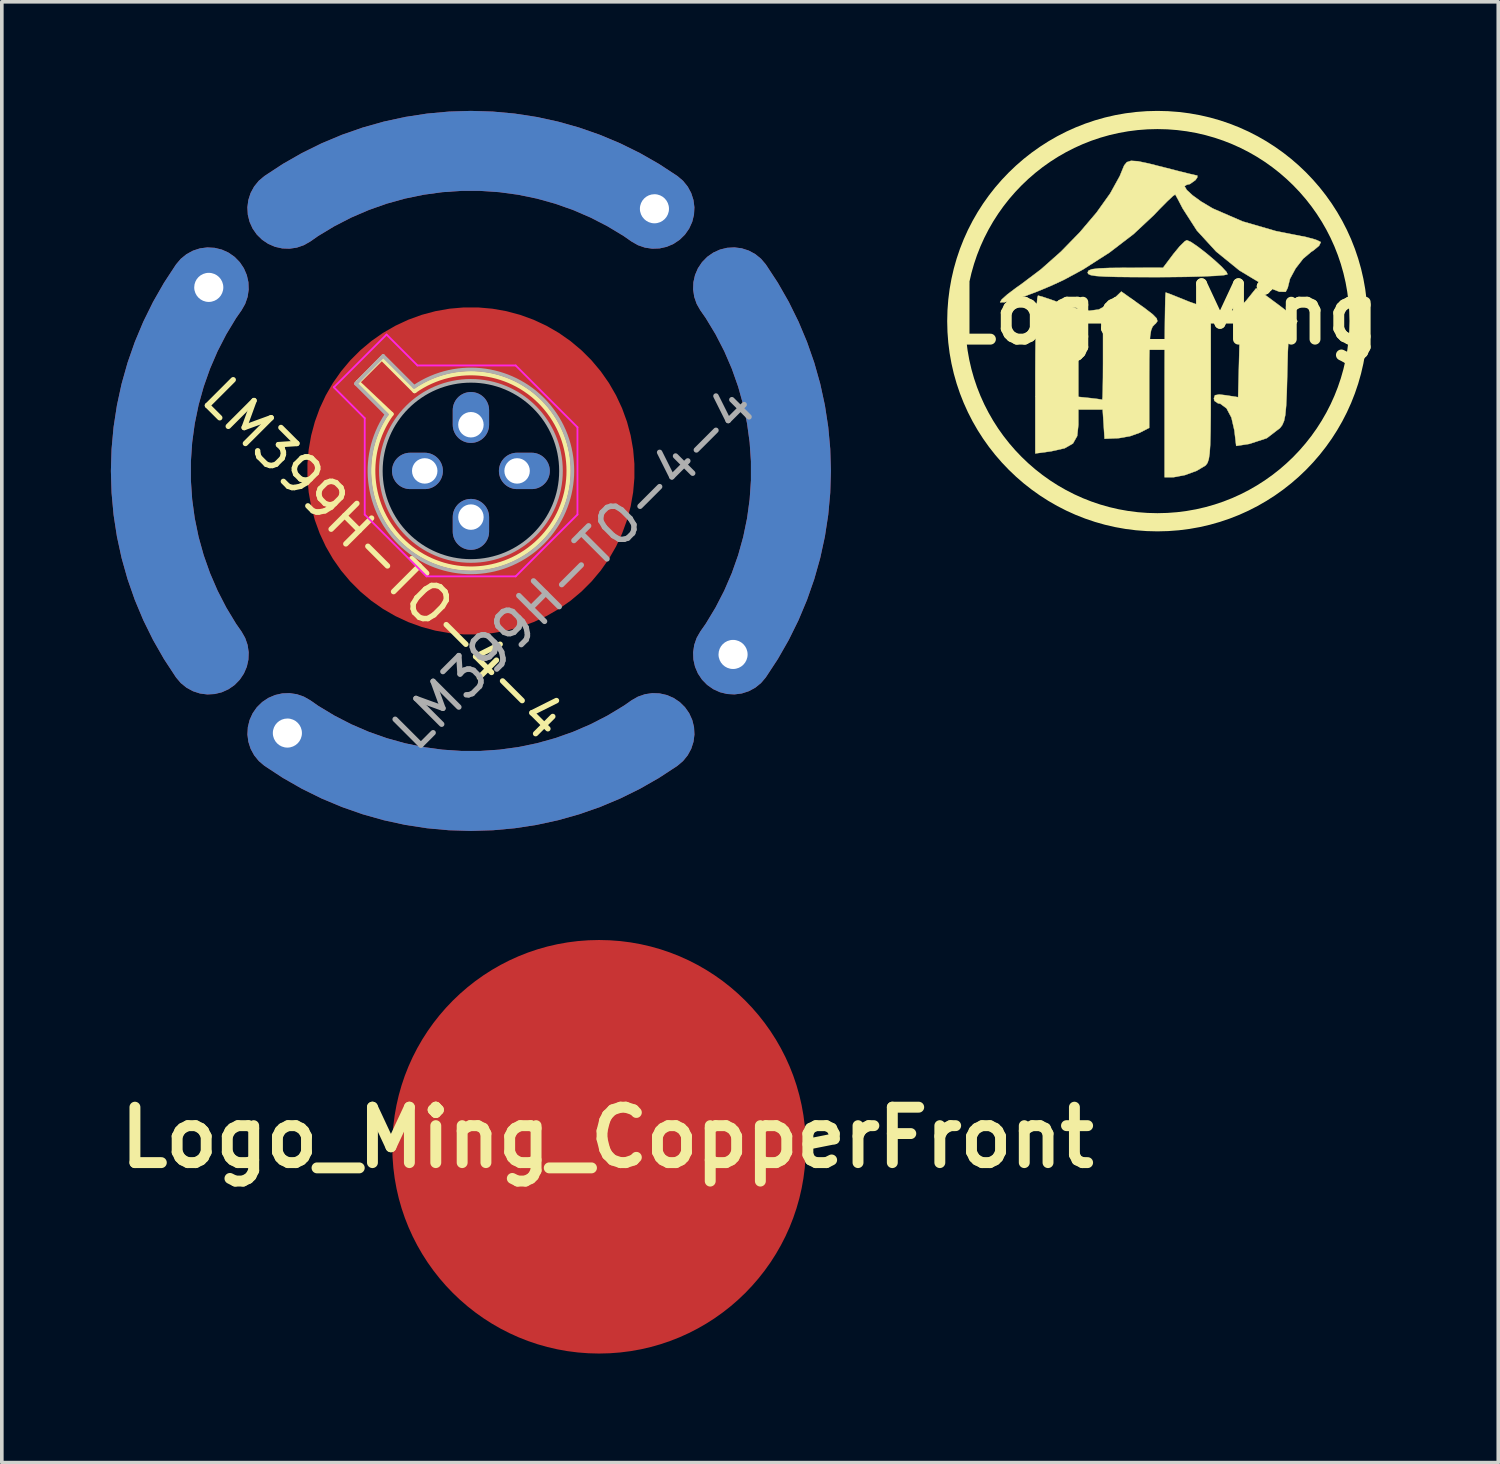
<source format=kicad_pcb>
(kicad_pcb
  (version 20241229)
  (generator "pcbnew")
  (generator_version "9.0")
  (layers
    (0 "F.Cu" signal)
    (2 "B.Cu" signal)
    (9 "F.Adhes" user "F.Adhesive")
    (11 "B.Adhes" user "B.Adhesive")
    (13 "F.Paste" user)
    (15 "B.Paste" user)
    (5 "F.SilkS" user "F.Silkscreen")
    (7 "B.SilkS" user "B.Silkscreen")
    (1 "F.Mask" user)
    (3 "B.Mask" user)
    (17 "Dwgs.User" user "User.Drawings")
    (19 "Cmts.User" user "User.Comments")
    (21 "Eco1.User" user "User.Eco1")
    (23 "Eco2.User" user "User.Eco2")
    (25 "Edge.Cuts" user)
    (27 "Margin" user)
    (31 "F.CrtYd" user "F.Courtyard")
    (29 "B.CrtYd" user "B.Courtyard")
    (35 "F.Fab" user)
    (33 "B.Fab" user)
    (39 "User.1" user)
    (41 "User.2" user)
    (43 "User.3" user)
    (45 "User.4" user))
  (footprint "LM399H-TO-4-4"
    (layer "F.Cu")
    (at 8.63 9.9)
    (property "Reference" "LM399H-TO-4-4" (at -1.124 2.408 315) (layer "F.SilkS") (effects (font (size 1 1) (thickness 0.15))))
    (attr through_hole)
    (fp_circle (center -5.939 -5.047) (end -5.389 -5.047) (stroke (width 1.1) (type solid)) (fill no) (layer "F.Mask"))
    (fp_circle (center -3.777 7.209) (end -3.227 7.209) (stroke (width 1.1) (type solid)) (fill no) (layer "F.Mask"))
    (fp_circle (center 6.317 -7.209) (end 6.867 -7.209) (stroke (width 1.1) (type solid)) (fill no) (layer "F.Mask"))
    (fp_circle (center 8.479 5.047) (end 9.029 5.047) (stroke (width 1.1) (type solid)) (fill no) (layer "F.Mask"))
    (fp_circle (center -5.939 -5.047) (end -5.389 -5.047) (stroke (width 1.1) (type solid)) (fill no) (layer "B.Mask"))
    (fp_circle (center -3.777 7.209) (end -3.227 7.209) (stroke (width 1.1) (type solid)) (fill no) (layer "B.Mask"))
    (fp_circle (center 6.317 -7.209) (end 6.867 -7.209) (stroke (width 1.1) (type solid)) (fill no) (layer "B.Mask"))
    (fp_circle (center 8.479 5.047) (end 9.029 5.047) (stroke (width 1.1) (type solid)) (fill no) (layer "B.Mask"))
    (fp_line (start -1.181 -3.099) (end -1.841 -2.438) (stroke (width 0.12) (type solid)) (layer "F.SilkS"))
    (fp_line (start -1.181 -3.099) (end -0.279 -2.197) (stroke (width 0.12) (type solid)) (layer "F.SilkS"))
    (fp_line (start -0.914 -1.562) (end -1.841 -2.438) (stroke (width 0.12) (type solid)) (layer "F.SilkS"))
    (fp_arc (start -0.2794 -2.1971) (mid 3.164763 1.907292) (end -0.916841 -1.563846) (stroke (width 0.12) (type solid)) (layer "F.SilkS"))
    (fp_line (start -2.5 -2.3) (end -1.05 -3.75) (stroke (width 0.05) (type solid)) (layer "F.CrtYd"))
    (fp_line (start -1.65 -1.45) (end -2.5 -2.3) (stroke (width 0.05) (type solid)) (layer "F.CrtYd"))
    (fp_line (start -1.65 -1.45) (end -1.65 1.2) (stroke (width 0.05) (type solid)) (layer "F.CrtYd"))
    (fp_line (start -0.2 -2.9) (end -1.05 -3.75) (stroke (width 0.05) (type solid)) (layer "F.CrtYd"))
    (fp_line (start 0.05 2.9) (end -1.65 1.2) (stroke (width 0.05) (type solid)) (layer "F.CrtYd"))
    (fp_line (start 0.05 2.9) (end 2.5 2.9) (stroke (width 0.05) (type solid)) (layer "F.CrtYd"))
    (fp_line (start 2.5 -2.9) (end -0.2 -2.9) (stroke (width 0.05) (type solid)) (layer "F.CrtYd"))
    (fp_line (start 2.5 2.9) (end 4.2 1.2) (stroke (width 0.05) (type solid)) (layer "F.CrtYd"))
    (fp_line (start 4.2 -1.2) (end 2.5 -2.9) (stroke (width 0.05) (type solid)) (layer "F.CrtYd"))
    (fp_line (start 4.2 1.2) (end 4.2 -1.2) (stroke (width 0.05) (type solid)) (layer "F.CrtYd"))
    (fp_line (start -1.892 -2.4) (end -1.041 -1.55) (stroke (width 0.1) (type solid)) (layer "F.Fab"))
    (fp_line (start -1.143 -3.162) (end -1.892 -2.4) (stroke (width 0.1) (type solid)) (layer "F.Fab"))
    (fp_line (start -0.292 -2.311) (end -1.143 -3.162) (stroke (width 0.1) (type solid)) (layer "F.Fab"))
    (fp_arc (start -0.2921 -2.3114) (mid 3.247619 1.967676) (end -1.049244 -1.55043) (stroke (width 0.1) (type solid)) (layer "F.Fab"))
    (fp_circle (center 1.27 0) (end 3.747 0) (stroke (width 0.1) (type solid)) (fill no) (layer "F.Fab"))
    (fp_text user "${REFERENCE}" (at 4.101 2.687 225) (layer "F.Fab") (effects (font (size 1 1) (thickness 0.15))))
    (pad "1" thru_hole custom (at -5.939 -5.047 10) (size 1.524 1.524) (drill 0.8) (layers "*.Cu") (options (anchor circle)) (primitives (gr_arc (start -1.752969 9.941581) (mid -2.443769 4.694436) (end 0 0) (width 2.2))))
    (pad "1" thru_hole oval (at 0 0) (size 1.4 1) (drill 0.7 (offset -0.2 0)) (layers "*.Cu" "B.Mask"))
    (pad "2" thru_hole custom (at -3.777 7.209 100) (size 1.524 1.524) (drill 0.8) (layers "*.Cu") (options (anchor circle)) (primitives (gr_arc (start -1.752969 9.941581) (mid -2.443769 4.694436) (end 0 0) (width 2.2))))
    (pad "2" thru_hole oval (at 1.27 1.27) (size 1 1.4) (drill 0.7 (offset 0 0.2)) (layers "*.Cu" "B.Mask"))
    (pad "3" thru_hole oval (at 2.54 0) (size 1.4 1) (drill 0.7 (offset 0.2 0)) (layers "*.Cu" "B.Mask"))
    (pad "3" thru_hole custom (at 8.479 5.047 190) (size 1.524 1.524) (drill 0.8) (layers "*.Cu") (options (anchor circle)) (primitives (gr_arc (start -1.752969 9.941581) (mid -2.443769 4.694436) (end 0 0) (width 2.2))))
    (pad "4" thru_hole oval (at 1.27 -1.27) (size 1 1.4) (drill 0.7 (offset 0 -0.2)) (layers "*.Cu" "B.Mask"))
    (pad "4" thru_hole custom (at 6.317 -7.209 280) (size 1.524 1.524) (drill 0.8) (layers "*.Cu") (options (anchor circle)) (primitives (gr_arc (start -1.752969 9.941581) (mid -2.443769 4.694436) (end 0 0) (width 2.2))))
    (pad "5" smd custom (at 4.85 0) (size 1.524 1.524) (layers "F.Cu" "F.Mask" "F.Paste") (options (anchor circle)) (primitives (gr_circle (center -3.58 0) (end -0.08 0) (width 2) (fill no)))))
  (footprint "Logo_Ming_CopperFront"
    (layer "F.Cu")
    (at 13.651 28.232)
    (property "Reference" "Logo_Ming_CopperFront" (at 0 0 0) (layer "F.SilkS") (effects (font (size 1.524 1.524) (thickness 0.3))))
    (fp_circle (center -0.227 0.254) (end 5.334 0.254) (stroke (width 0.25) (type solid)) (fill yes) (layer "F.Cu"))
    (fp_circle (center -0.227 0.254) (end 5.334 0.254) (stroke (width 0.25) (type solid)) (fill no) (layer "F.Mask"))
    (fp_poly (pts (xy 0.726 -1.982) (xy 0.915 -1.853) (xy 1.144 -1.676) (xy 1.376 -1.48) (xy 1.575 -1.297) (xy 1.704 -1.156) (xy 1.731 -1.093) (xy 1.636 -1.071) (xy 1.396 -1.051) (xy 1.035 -1.035) (xy 0.578 -1.023) (xy 0.049 -1.017) (xy -0.217 -1.016) (xy -0.839 -1.017) (xy -1.312 -1.022) (xy -1.655 -1.032) (xy -1.888 -1.048) (xy -2.029 -1.071) (xy -2.099 -1.103) (xy -2.117 -1.143) (xy -2.091 -1.197) (xy -1.998 -1.234) (xy -1.811 -1.257) (xy -1.505 -1.269) (xy -1.079 -1.273) (xy -0.042 -1.275) (xy 0.243 -1.654) (xy 0.413 -1.861) (xy 0.553 -1.999) (xy 0.612 -2.032) (xy 0.726 -1.982)) (stroke (width 0.01) (type solid)) (fill yes) (layer "F.Mask"))
    (fp_poly (pts (xy -0.871 -0.394) (xy -0.538 -0.156) (xy -0.326 0.008) (xy -0.219 0.117) (xy -0.197 0.194) (xy -0.242 0.258) (xy -0.275 0.286) (xy -0.331 0.346) (xy -0.371 0.446) (xy -0.398 0.611) (xy -0.414 0.867) (xy -0.421 1.24) (xy -0.423 1.755) (xy -0.423 3.128) (xy -0.684 3.263) (xy -0.947 3.357) (xy -1.251 3.411) (xy -1.298 3.414) (xy -1.651 3.429) (xy -1.703 2.625) (xy -2.371 2.625) (xy -2.371 3.046) (xy -2.403 3.352) (xy -2.52 3.559) (xy -2.748 3.69) (xy -3.113 3.772) (xy -3.159 3.779) (xy -3.556 3.833) (xy -3.556 1.663) (xy -3.553 1.076) (xy -3.545 0.549) (xy -3.537 0.254) (xy -2.371 0.254) (xy -2.371 2.276) (xy -2.053 2.309) (xy -1.843 2.334) (xy -1.723 2.353) (xy -1.714 2.356) (xy -1.706 2.283) (xy -1.7 2.071) (xy -1.695 1.753) (xy -1.693 1.36) (xy -1.693 1.312) (xy -1.693 0.254) (xy -2.371 0.254) (xy -3.537 0.254) (xy -3.533 0.105) (xy -3.518 -0.234) (xy -3.499 -0.445) (xy -3.481 -0.508) (xy -3.37 -0.48) (xy -3.148 -0.406) (xy -2.861 -0.303) (xy -2.844 -0.296) (xy -2.404 -0.15) (xy -2.071 -0.092) (xy -1.809 -0.126) (xy -1.582 -0.251) (xy -1.468 -0.352) (xy -1.191 -0.62) (xy -0.871 -0.394)) (stroke (width 0.01) (type solid)) (fill yes) (layer "F.Mask"))
    (fp_poly (pts (xy 3.133 -0.254) (xy 3.421 -0.036) (xy 3.588 0.106) (xy 3.652 0.194) (xy 3.63 0.249) (xy 3.575 0.28) (xy 3.509 0.321) (xy 3.46 0.39) (xy 3.427 0.515) (xy 3.405 0.722) (xy 3.389 1.038) (xy 3.377 1.489) (xy 3.373 1.652) (xy 3.36 2.156) (xy 3.343 2.519) (xy 3.32 2.77) (xy 3.285 2.938) (xy 3.236 3.052) (xy 3.175 3.133) (xy 2.81 3.413) (xy 2.331 3.57) (xy 2.276 3.579) (xy 1.969 3.626) (xy 1.919 3.199) (xy 1.838 2.847) (xy 1.703 2.592) (xy 1.53 2.464) (xy 1.469 2.455) (xy 1.37 2.387) (xy 1.355 2.318) (xy 1.385 2.232) (xy 1.502 2.211) (xy 1.688 2.233) (xy 2.022 2.286) (xy 2.048 1.27) (xy 2.074 0.254) (xy 1.672 0.254) (xy 1.27 0.254) (xy 1.27 2.146) (xy 1.269 2.766) (xy 1.264 3.238) (xy 1.255 3.585) (xy 1.239 3.828) (xy 1.215 3.989) (xy 1.181 4.09) (xy 1.136 4.153) (xy 1.122 4.166) (xy 0.883 4.309) (xy 0.564 4.426) (xy 0.255 4.485) (xy 0.199 4.487) (xy 0 4.487) (xy 0 1.947) (xy 0.001 1.311) (xy 0.004 0.733) (xy 0.008 0.234) (xy 0.014 -0.165) (xy 0.02 -0.444) (xy 0.028 -0.582) (xy 0.031 -0.593) (xy 0.118 -0.563) (xy 0.321 -0.483) (xy 0.602 -0.37) (xy 0.677 -0.339) (xy 1.058 -0.203) (xy 1.415 -0.113) (xy 1.654 -0.085) (xy 1.898 -0.104) (xy 2.07 -0.187) (xy 2.246 -0.372) (xy 2.266 -0.397) (xy 2.517 -0.71) (xy 3.133 -0.254)) (stroke (width 0.01) (type solid)) (fill yes) (layer "F.Mask"))
    (fp_poly (pts (xy -0.733 -4.203) (xy -0.441 -4.142) (xy -0.019 -4.035) (xy 0.034 -4.022) (xy 0.384 -3.932) (xy 0.67 -3.861) (xy 0.854 -3.818) (xy 0.9 -3.81) (xy 0.899 -3.757) (xy 0.847 -3.683) (xy 0.695 -3.575) (xy 0.61 -3.556) (xy 0.549 -3.517) (xy 0.61 -3.412) (xy 0.771 -3.264) (xy 1.007 -3.093) (xy 1.296 -2.921) (xy 1.341 -2.897) (xy 2.145 -2.548) (xy 3.059 -2.283) (xy 3.593 -2.177) (xy 3.91 -2.114) (xy 4.154 -2.047) (xy 4.285 -1.987) (xy 4.295 -1.974) (xy 4.248 -1.879) (xy 4.095 -1.751) (xy 4.03 -1.709) (xy 3.81 -1.523) (xy 3.603 -1.256) (xy 3.448 -0.97) (xy 3.387 -0.726) (xy 3.387 -0.723) (xy 3.331 -0.613) (xy 3.159 -0.614) (xy 2.867 -0.725) (xy 2.769 -0.772) (xy 2.056 -1.201) (xy 1.418 -1.719) (xy 0.888 -2.297) (xy 0.496 -2.907) (xy 0.492 -2.915) (xy 0.382 -3.127) (xy 0.307 -3.265) (xy 0.292 -3.289) (xy 0.227 -3.244) (xy 0.073 -3.1) (xy -0.144 -2.881) (xy -0.304 -2.713) (xy -0.853 -2.2) (xy -1.515 -1.693) (xy -2.237 -1.23) (xy -2.752 -0.951) (xy -3.112 -0.783) (xy -3.49 -0.625) (xy -3.853 -0.488) (xy -4.168 -0.384) (xy -4.401 -0.325) (xy -4.518 -0.323) (xy -4.524 -0.329) (xy -4.478 -0.403) (xy -4.319 -0.545) (xy -4.077 -0.727) (xy -3.955 -0.812) (xy -3.398 -1.232) (xy -2.847 -1.721) (xy -2.33 -2.252) (xy -1.87 -2.794) (xy -1.496 -3.318) (xy -1.232 -3.796) (xy -1.17 -3.948) (xy -1.111 -4.089) (xy -1.038 -4.178) (xy -0.922 -4.215) (xy -0.733 -4.203)) (stroke (width 0.01) (type solid)) (fill yes) (layer "F.Mask")))
  (footprint "Logo_Ming"
    (layer "F.Cu")
    (at 28.976 5.587)
    (property "Reference" "Logo_Ming" (at 0 0 0) (layer "F.SilkS") (effects (font (size 1.524 1.524) (thickness 0.3))))
    (fp_circle (center -0.197 0.194) (end 5.334 0.254) (stroke (width 0.5) (type solid)) (fill no) (layer "F.SilkS"))
    (fp_poly (pts (xy 0.726 -1.982) (xy 0.915 -1.853) (xy 1.144 -1.676) (xy 1.376 -1.48) (xy 1.575 -1.297) (xy 1.704 -1.156) (xy 1.731 -1.093) (xy 1.636 -1.071) (xy 1.396 -1.051) (xy 1.035 -1.035) (xy 0.578 -1.023) (xy 0.049 -1.017) (xy -0.217 -1.016) (xy -0.839 -1.017) (xy -1.312 -1.022) (xy -1.655 -1.032) (xy -1.888 -1.048) (xy -2.029 -1.071) (xy -2.099 -1.103) (xy -2.117 -1.143) (xy -2.091 -1.197) (xy -1.998 -1.234) (xy -1.811 -1.257) (xy -1.505 -1.269) (xy -1.079 -1.273) (xy -0.042 -1.275) (xy 0.243 -1.654) (xy 0.413 -1.861) (xy 0.553 -1.999) (xy 0.612 -2.032) (xy 0.726 -1.982)) (stroke (width 0.01) (type solid)) (fill yes) (layer "F.SilkS"))
    (fp_poly (pts (xy -0.871 -0.394) (xy -0.538 -0.156) (xy -0.326 0.008) (xy -0.219 0.117) (xy -0.197 0.194) (xy -0.242 0.258) (xy -0.275 0.286) (xy -0.331 0.346) (xy -0.371 0.446) (xy -0.398 0.611) (xy -0.414 0.867) (xy -0.421 1.24) (xy -0.423 1.755) (xy -0.423 3.128) (xy -0.684 3.263) (xy -0.947 3.357) (xy -1.251 3.411) (xy -1.298 3.414) (xy -1.651 3.429) (xy -1.703 2.625) (xy -2.371 2.625) (xy -2.371 3.046) (xy -2.403 3.352) (xy -2.52 3.559) (xy -2.748 3.69) (xy -3.113 3.772) (xy -3.159 3.779) (xy -3.556 3.833) (xy -3.556 1.663) (xy -3.553 1.076) (xy -3.545 0.549) (xy -3.537 0.254) (xy -2.371 0.254) (xy -2.371 2.276) (xy -2.053 2.309) (xy -1.843 2.334) (xy -1.723 2.353) (xy -1.714 2.356) (xy -1.706 2.283) (xy -1.7 2.071) (xy -1.695 1.753) (xy -1.693 1.36) (xy -1.693 1.312) (xy -1.693 0.254) (xy -2.371 0.254) (xy -3.537 0.254) (xy -3.533 0.105) (xy -3.518 -0.234) (xy -3.499 -0.445) (xy -3.481 -0.508) (xy -3.37 -0.48) (xy -3.148 -0.406) (xy -2.861 -0.303) (xy -2.844 -0.296) (xy -2.404 -0.15) (xy -2.071 -0.092) (xy -1.809 -0.126) (xy -1.582 -0.251) (xy -1.468 -0.352) (xy -1.191 -0.62) (xy -0.871 -0.394)) (stroke (width 0.01) (type solid)) (fill yes) (layer "F.SilkS"))
    (fp_poly (pts (xy 3.133 -0.254) (xy 3.421 -0.036) (xy 3.588 0.106) (xy 3.652 0.194) (xy 3.63 0.249) (xy 3.575 0.28) (xy 3.509 0.321) (xy 3.46 0.39) (xy 3.427 0.515) (xy 3.405 0.722) (xy 3.389 1.038) (xy 3.377 1.489) (xy 3.373 1.652) (xy 3.36 2.156) (xy 3.343 2.519) (xy 3.32 2.77) (xy 3.285 2.938) (xy 3.236 3.052) (xy 3.175 3.133) (xy 2.81 3.413) (xy 2.331 3.57) (xy 2.276 3.579) (xy 1.969 3.626) (xy 1.919 3.199) (xy 1.838 2.847) (xy 1.703 2.592) (xy 1.53 2.464) (xy 1.469 2.455) (xy 1.37 2.387) (xy 1.355 2.318) (xy 1.385 2.232) (xy 1.502 2.211) (xy 1.688 2.233) (xy 2.022 2.286) (xy 2.048 1.27) (xy 2.074 0.254) (xy 1.672 0.254) (xy 1.27 0.254) (xy 1.27 2.146) (xy 1.269 2.766) (xy 1.264 3.238) (xy 1.255 3.585) (xy 1.239 3.828) (xy 1.215 3.989) (xy 1.181 4.09) (xy 1.136 4.153) (xy 1.122 4.166) (xy 0.883 4.309) (xy 0.564 4.426) (xy 0.255 4.485) (xy 0.199 4.487) (xy 0 4.487) (xy 0 1.947) (xy 0.001 1.311) (xy 0.004 0.733) (xy 0.008 0.234) (xy 0.014 -0.165) (xy 0.02 -0.444) (xy 0.028 -0.582) (xy 0.031 -0.593) (xy 0.118 -0.563) (xy 0.321 -0.483) (xy 0.602 -0.37) (xy 0.677 -0.339) (xy 1.058 -0.203) (xy 1.415 -0.113) (xy 1.654 -0.085) (xy 1.898 -0.104) (xy 2.07 -0.187) (xy 2.246 -0.372) (xy 2.266 -0.397) (xy 2.517 -0.71) (xy 3.133 -0.254)) (stroke (width 0.01) (type solid)) (fill yes) (layer "F.SilkS"))
    (fp_poly (pts (xy -0.733 -4.203) (xy -0.441 -4.142) (xy -0.019 -4.035) (xy 0.034 -4.022) (xy 0.384 -3.932) (xy 0.67 -3.861) (xy 0.854 -3.818) (xy 0.9 -3.81) (xy 0.899 -3.757) (xy 0.847 -3.683) (xy 0.695 -3.575) (xy 0.61 -3.556) (xy 0.549 -3.517) (xy 0.61 -3.412) (xy 0.771 -3.264) (xy 1.007 -3.093) (xy 1.296 -2.921) (xy 1.341 -2.897) (xy 2.145 -2.548) (xy 3.059 -2.283) (xy 3.593 -2.177) (xy 3.91 -2.114) (xy 4.154 -2.047) (xy 4.285 -1.987) (xy 4.295 -1.974) (xy 4.248 -1.879) (xy 4.095 -1.751) (xy 4.03 -1.709) (xy 3.81 -1.523) (xy 3.603 -1.256) (xy 3.448 -0.97) (xy 3.387 -0.726) (xy 3.387 -0.723) (xy 3.331 -0.613) (xy 3.159 -0.614) (xy 2.867 -0.725) (xy 2.769 -0.772) (xy 2.056 -1.201) (xy 1.418 -1.719) (xy 0.888 -2.297) (xy 0.496 -2.907) (xy 0.492 -2.915) (xy 0.382 -3.127) (xy 0.307 -3.265) (xy 0.292 -3.289) (xy 0.227 -3.244) (xy 0.073 -3.1) (xy -0.144 -2.881) (xy -0.304 -2.713) (xy -0.853 -2.2) (xy -1.515 -1.693) (xy -2.237 -1.23) (xy -2.752 -0.951) (xy -3.112 -0.783) (xy -3.49 -0.625) (xy -3.853 -0.488) (xy -4.168 -0.384) (xy -4.401 -0.325) (xy -4.518 -0.323) (xy -4.524 -0.329) (xy -4.478 -0.403) (xy -4.319 -0.545) (xy -4.077 -0.727) (xy -3.955 -0.812) (xy -3.398 -1.232) (xy -2.847 -1.721) (xy -2.33 -2.252) (xy -1.87 -2.794) (xy -1.496 -3.318) (xy -1.232 -3.796) (xy -1.17 -3.948) (xy -1.111 -4.089) (xy -1.038 -4.178) (xy -0.922 -4.215) (xy -0.733 -4.203)) (stroke (width 0.01) (type solid)) (fill yes) (layer "F.SilkS")))
  (gr_rect
    (start -3 -3)
    (end 38.152 37.171)
    (stroke (width 0.1) (type default))
    (fill no)
    (layer "Edge.Cuts")))
</source>
